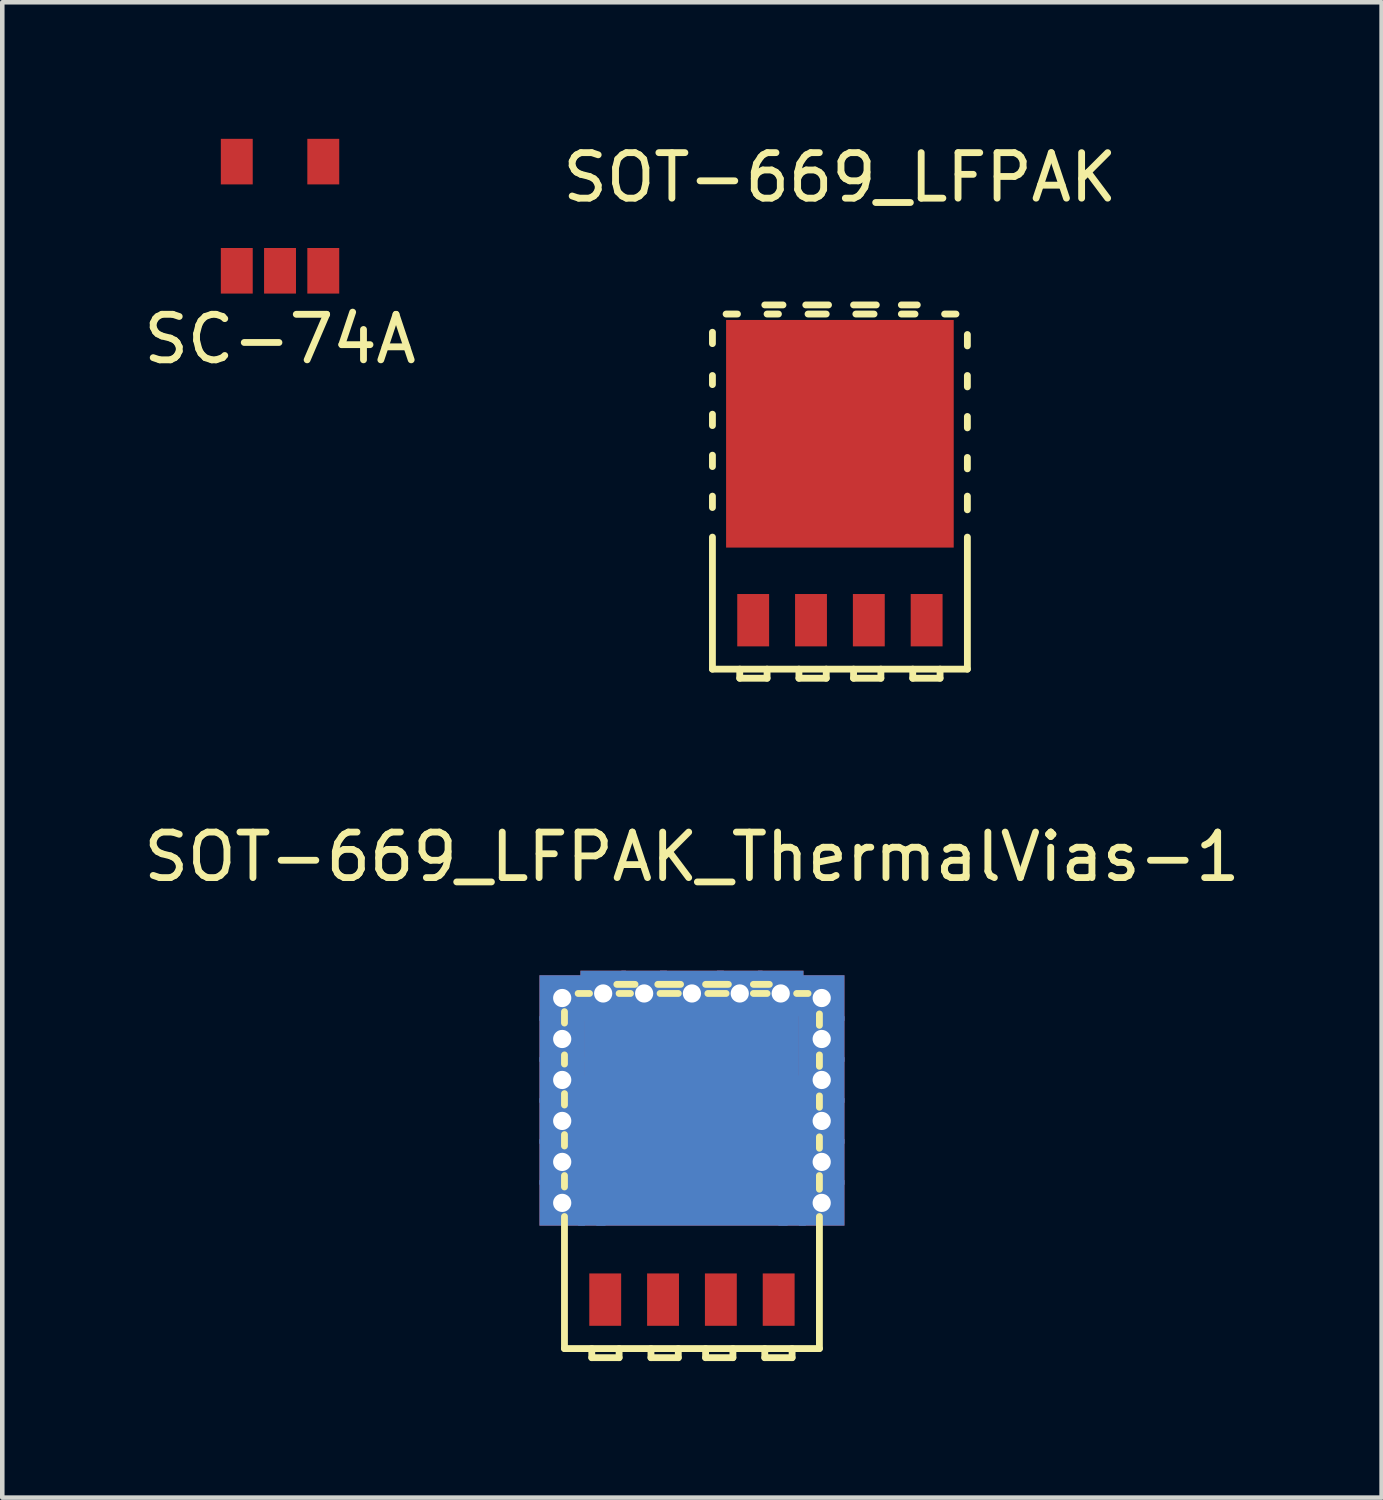
<source format=kicad_pcb>
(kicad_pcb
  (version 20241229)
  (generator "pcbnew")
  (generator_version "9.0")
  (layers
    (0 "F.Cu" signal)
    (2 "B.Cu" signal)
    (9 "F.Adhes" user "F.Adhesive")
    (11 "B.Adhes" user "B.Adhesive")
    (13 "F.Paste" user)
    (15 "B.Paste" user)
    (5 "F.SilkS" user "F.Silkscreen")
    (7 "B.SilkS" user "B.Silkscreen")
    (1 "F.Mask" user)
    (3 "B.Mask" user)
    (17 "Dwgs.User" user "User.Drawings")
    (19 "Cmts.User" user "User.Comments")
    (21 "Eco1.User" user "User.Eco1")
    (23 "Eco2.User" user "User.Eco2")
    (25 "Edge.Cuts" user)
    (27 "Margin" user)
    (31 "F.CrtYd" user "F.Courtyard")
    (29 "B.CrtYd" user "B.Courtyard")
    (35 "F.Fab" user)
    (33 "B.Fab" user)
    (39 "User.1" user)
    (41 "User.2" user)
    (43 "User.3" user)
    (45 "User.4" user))
  (footprint "SOT-669_LFPAK"
    (layer "F.Cu")
    (at 15.399 7.748)
    (property "Reference" "SOT-669_LFPAK" (at 0 -6.9 0) (layer "F.SilkS") (effects (font (size 1 1) (thickness 0.15))))
    (attr smd)
    (fp_line (start -2.8 -3.5) (end -2.8 -3.25) (stroke (width 0.15) (type solid)) (layer "F.SilkS"))
    (fp_line (start -2.8 -2.55) (end -2.8 -2.35) (stroke (width 0.15) (type solid)) (layer "F.SilkS"))
    (fp_line (start -2.8 -1.7) (end -2.8 -1.45) (stroke (width 0.15) (type solid)) (layer "F.SilkS"))
    (fp_line (start -2.8 -0.8) (end -2.8 -0.55) (stroke (width 0.15) (type solid)) (layer "F.SilkS"))
    (fp_line (start -2.8 0.1) (end -2.8 0.35) (stroke (width 0.15) (type solid)) (layer "F.SilkS"))
    (fp_line (start -2.8 1) (end -2.8 3.9) (stroke (width 0.15) (type solid)) (layer "F.SilkS"))
    (fp_line (start -2.25 -3.9) (end -2.5 -3.9) (stroke (width 0.15) (type solid)) (layer "F.SilkS"))
    (fp_line (start -2.2 3.9) (end -2.2 4.1) (stroke (width 0.15) (type solid)) (layer "F.SilkS"))
    (fp_line (start -2.2 4.1) (end -1.6 4.1) (stroke (width 0.15) (type solid)) (layer "F.SilkS"))
    (fp_line (start -1.6 4.1) (end -1.6 3.9) (stroke (width 0.15) (type solid)) (layer "F.SilkS"))
    (fp_line (start -1.35 -3.9) (end -1.6 -3.9) (stroke (width 0.15) (type solid)) (layer "F.SilkS"))
    (fp_line (start -1.25 -4.1) (end -1.65 -4.1) (stroke (width 0.15) (type solid)) (layer "F.SilkS"))
    (fp_line (start -0.9 3.9) (end -0.9 4.1) (stroke (width 0.15) (type solid)) (layer "F.SilkS"))
    (fp_line (start -0.9 4.1) (end -0.3 4.1) (stroke (width 0.15) (type solid)) (layer "F.SilkS"))
    (fp_line (start -0.3 -3.9) (end -0.7 -3.9) (stroke (width 0.15) (type solid)) (layer "F.SilkS"))
    (fp_line (start -0.3 4.1) (end -0.3 3.9) (stroke (width 0.15) (type solid)) (layer "F.SilkS"))
    (fp_line (start -0.25 -4.1) (end -0.75 -4.1) (stroke (width 0.15) (type solid)) (layer "F.SilkS"))
    (fp_line (start 0.3 3.9) (end 0.3 4.1) (stroke (width 0.15) (type solid)) (layer "F.SilkS"))
    (fp_line (start 0.3 4.1) (end 0.9 4.1) (stroke (width 0.15) (type solid)) (layer "F.SilkS"))
    (fp_line (start 0.75 -3.9) (end 0.35 -3.9) (stroke (width 0.15) (type solid)) (layer "F.SilkS"))
    (fp_line (start 0.8 -4.1) (end 0.3 -4.1) (stroke (width 0.15) (type solid)) (layer "F.SilkS"))
    (fp_line (start 0.9 4.1) (end 0.9 3.9) (stroke (width 0.15) (type solid)) (layer "F.SilkS"))
    (fp_line (start 1.6 3.9) (end 1.6 4.1) (stroke (width 0.15) (type solid)) (layer "F.SilkS"))
    (fp_line (start 1.6 4.1) (end 2.2 4.1) (stroke (width 0.15) (type solid)) (layer "F.SilkS"))
    (fp_line (start 1.65 -3.9) (end 1.35 -3.9) (stroke (width 0.15) (type solid)) (layer "F.SilkS"))
    (fp_line (start 1.7 -4.1) (end 1.35 -4.1) (stroke (width 0.15) (type solid)) (layer "F.SilkS"))
    (fp_line (start 2.2 4.1) (end 2.2 3.9) (stroke (width 0.15) (type solid)) (layer "F.SilkS"))
    (fp_line (start 2.55 -3.9) (end 2.3 -3.9) (stroke (width 0.15) (type solid)) (layer "F.SilkS"))
    (fp_line (start 2.8 -3.2) (end 2.8 -3.45) (stroke (width 0.15) (type solid)) (layer "F.SilkS"))
    (fp_line (start 2.8 -2.3) (end 2.8 -2.55) (stroke (width 0.15) (type solid)) (layer "F.SilkS"))
    (fp_line (start 2.8 -1.4) (end 2.8 -1.65) (stroke (width 0.15) (type solid)) (layer "F.SilkS"))
    (fp_line (start 2.8 -0.5) (end 2.8 -0.75) (stroke (width 0.15) (type solid)) (layer "F.SilkS"))
    (fp_line (start 2.8 0.4) (end 2.8 0.1) (stroke (width 0.15) (type solid)) (layer "F.SilkS"))
    (fp_line (start 2.8 3.9) (end -2.8 3.9) (stroke (width 0.15) (type solid)) (layer "F.SilkS"))
    (fp_line (start 2.8 3.9) (end 2.8 1) (stroke (width 0.15) (type solid)) (layer "F.SilkS"))
    (pad "1" smd rect (at 1.905 2.825) (size 0.7 1.15) (layers "F.Cu" "F.Mask" "F.Paste"))
    (pad "2" smd rect (at 0 -1.27) (size 5 5) (layers "F.Cu" "F.Mask" "F.Paste"))
    (pad "3" smd rect (at -1.905 2.825) (size 0.7 1.15) (layers "F.Cu" "F.Mask" "F.Paste"))
    (pad "3" smd rect (at -0.635 2.825) (size 0.7 1.15) (layers "F.Cu" "F.Mask" "F.Paste"))
    (pad "3" smd rect (at 0.635 2.825) (size 0.7 1.15) (layers "F.Cu" "F.Mask" "F.Paste")))
  (footprint "SOT-669_LFPAK_ThermalVias-1"
    (layer "F.Cu")
    (at 12.149 22.672)
    (property "Reference" "SOT-669_LFPAK_ThermalVias-1" (at 0 -6.9 0) (layer "F.SilkS") (effects (font (size 1 1) (thickness 0.15))))
    (attr smd)
    (fp_line (start -2.8 -3.5) (end -2.8 -3.25) (stroke (width 0.15) (type solid)) (layer "F.SilkS"))
    (fp_line (start -2.8 -2.55) (end -2.8 -2.35) (stroke (width 0.15) (type solid)) (layer "F.SilkS"))
    (fp_line (start -2.8 -1.7) (end -2.8 -1.45) (stroke (width 0.15) (type solid)) (layer "F.SilkS"))
    (fp_line (start -2.8 -0.8) (end -2.8 -0.55) (stroke (width 0.15) (type solid)) (layer "F.SilkS"))
    (fp_line (start -2.8 0.1) (end -2.8 0.35) (stroke (width 0.15) (type solid)) (layer "F.SilkS"))
    (fp_line (start -2.8 1) (end -2.8 3.9) (stroke (width 0.15) (type solid)) (layer "F.SilkS"))
    (fp_line (start -2.25 -3.9) (end -2.5 -3.9) (stroke (width 0.15) (type solid)) (layer "F.SilkS"))
    (fp_line (start -2.2 3.9) (end -2.2 4.1) (stroke (width 0.15) (type solid)) (layer "F.SilkS"))
    (fp_line (start -2.2 4.1) (end -1.6 4.1) (stroke (width 0.15) (type solid)) (layer "F.SilkS"))
    (fp_line (start -1.6 4.1) (end -1.6 3.9) (stroke (width 0.15) (type solid)) (layer "F.SilkS"))
    (fp_line (start -1.35 -3.9) (end -1.6 -3.9) (stroke (width 0.15) (type solid)) (layer "F.SilkS"))
    (fp_line (start -1.25 -4.1) (end -1.65 -4.1) (stroke (width 0.15) (type solid)) (layer "F.SilkS"))
    (fp_line (start -0.9 3.9) (end -0.9 4.1) (stroke (width 0.15) (type solid)) (layer "F.SilkS"))
    (fp_line (start -0.9 4.1) (end -0.3 4.1) (stroke (width 0.15) (type solid)) (layer "F.SilkS"))
    (fp_line (start -0.3 -3.9) (end -0.7 -3.9) (stroke (width 0.15) (type solid)) (layer "F.SilkS"))
    (fp_line (start -0.3 4.1) (end -0.3 3.9) (stroke (width 0.15) (type solid)) (layer "F.SilkS"))
    (fp_line (start -0.25 -4.1) (end -0.75 -4.1) (stroke (width 0.15) (type solid)) (layer "F.SilkS"))
    (fp_line (start 0.3 3.9) (end 0.3 4.1) (stroke (width 0.15) (type solid)) (layer "F.SilkS"))
    (fp_line (start 0.3 4.1) (end 0.9 4.1) (stroke (width 0.15) (type solid)) (layer "F.SilkS"))
    (fp_line (start 0.75 -3.9) (end 0.35 -3.9) (stroke (width 0.15) (type solid)) (layer "F.SilkS"))
    (fp_line (start 0.8 -4.1) (end 0.3 -4.1) (stroke (width 0.15) (type solid)) (layer "F.SilkS"))
    (fp_line (start 0.9 4.1) (end 0.9 3.9) (stroke (width 0.15) (type solid)) (layer "F.SilkS"))
    (fp_line (start 1.6 3.9) (end 1.6 4.1) (stroke (width 0.15) (type solid)) (layer "F.SilkS"))
    (fp_line (start 1.6 4.1) (end 2.2 4.1) (stroke (width 0.15) (type solid)) (layer "F.SilkS"))
    (fp_line (start 1.65 -3.9) (end 1.35 -3.9) (stroke (width 0.15) (type solid)) (layer "F.SilkS"))
    (fp_line (start 1.7 -4.1) (end 1.35 -4.1) (stroke (width 0.15) (type solid)) (layer "F.SilkS"))
    (fp_line (start 2.2 4.1) (end 2.2 3.9) (stroke (width 0.15) (type solid)) (layer "F.SilkS"))
    (fp_line (start 2.55 -3.9) (end 2.3 -3.9) (stroke (width 0.15) (type solid)) (layer "F.SilkS"))
    (fp_line (start 2.8 -3.2) (end 2.8 -3.45) (stroke (width 0.15) (type solid)) (layer "F.SilkS"))
    (fp_line (start 2.8 -2.3) (end 2.8 -2.55) (stroke (width 0.15) (type solid)) (layer "F.SilkS"))
    (fp_line (start 2.8 -1.4) (end 2.8 -1.65) (stroke (width 0.15) (type solid)) (layer "F.SilkS"))
    (fp_line (start 2.8 -0.5) (end 2.8 -0.75) (stroke (width 0.15) (type solid)) (layer "F.SilkS"))
    (fp_line (start 2.8 0.4) (end 2.8 0.1) (stroke (width 0.15) (type solid)) (layer "F.SilkS"))
    (fp_line (start 2.8 3.9) (end -2.8 3.9) (stroke (width 0.15) (type solid)) (layer "F.SilkS"))
    (fp_line (start 2.8 3.9) (end 2.8 1) (stroke (width 0.15) (type solid)) (layer "F.SilkS"))
    (pad "" smd rect (at -1.875 -2.9) (size 0.6 0.9) (layers "F.Paste"))
    (pad "" smd rect (at -1.15 -1.05 90) (size 0.6 0.9) (layers "F.Paste"))
    (pad "" smd rect (at -1.15 -0.2 90) (size 0.6 0.9) (layers "F.Paste"))
    (pad "" smd rect (at -1.15 0.65 90) (size 0.6 0.9) (layers "F.Paste"))
    (pad "" smd rect (at -0.6 -2.9) (size 0.6 0.9) (layers "F.Paste"))
    (pad "" smd rect (at 0 -1.05 90) (size 0.6 0.9) (layers "F.Paste"))
    (pad "" smd rect (at 0 -0.2 90) (size 0.6 0.9) (layers "F.Paste"))
    (pad "" smd rect (at 0 0.65 90) (size 0.6 0.9) (layers "F.Paste"))
    (pad "" smd rect (at 0.6 -2.9) (size 0.6 0.9) (layers "F.Paste"))
    (pad "" smd rect (at 1.15 -1.05 90) (size 0.6 0.9) (layers "F.Paste"))
    (pad "" smd rect (at 1.15 -0.2 90) (size 0.6 0.9) (layers "F.Paste"))
    (pad "" smd rect (at 1.15 0.65 90) (size 0.6 0.9) (layers "F.Paste"))
    (pad "" smd rect (at 1.875 -2.9) (size 0.6 0.9) (layers "F.Paste"))
    (pad "1" smd rect (at 1.905 2.825) (size 0.7 1.15) (layers "F.Cu" "F.Mask" "F.Paste"))
    (pad "2" thru_hole rect (at -2.85 -3.8) (size 1 1) (drill 0.4) (layers "*.Cu"))
    (pad "2" thru_hole rect (at -2.85 -2.9) (size 1 1) (drill 0.4) (layers "*.Cu"))
    (pad "2" thru_hole rect (at -2.85 -2) (size 1 1) (drill 0.4) (layers "*.Cu"))
    (pad "2" thru_hole rect (at -2.85 -1.1) (size 1 1) (drill 0.4) (layers "*.Cu"))
    (pad "2" thru_hole rect (at -2.85 -0.2) (size 1 1) (drill 0.4) (layers "*.Cu"))
    (pad "2" thru_hole rect (at -2.85 0.7) (size 1 1) (drill 0.4) (layers "*.Cu"))
    (pad "2" smd rect (at -2.2 -0.45) (size 0.6 3.3) (layers "F.Cu"))
    (pad "2" smd rect (at -2.2 -0.45) (size 0.6 3.3) (layers "B.Cu"))
    (pad "2" thru_hole rect (at -1.95 -3.9) (size 1 1) (drill 0.4) (layers "*.Cu"))
    (pad "2" thru_hole rect (at -1.05 -3.9) (size 1 1) (drill 0.4) (layers "*.Cu"))
    (pad "2" thru_hole rect (at 0 -3.9) (size 1.4 1) (drill 0.4) (layers "*.Cu"))
    (pad "2" smd rect (at 0 -2.65) (size 4.7 1.55) (layers "F.Cu" "F.Mask"))
    (pad "2" smd rect (at 0 -2.65) (size 4.7 1.55) (layers "F.Mask" "B.Cu"))
    (pad "2" smd rect (at 0 -0.45) (size 4.2 3.3) (layers "F.Cu" "F.Mask"))
    (pad "2" smd rect (at 0 -0.45) (size 4.2 3.3) (layers "F.Mask" "B.Cu"))
    (pad "2" thru_hole rect (at 1.05 -3.9) (size 1 1) (drill 0.4) (layers "*.Cu"))
    (pad "2" thru_hole rect (at 1.95 -3.9) (size 1 1) (drill 0.4) (layers "*.Cu"))
    (pad "2" smd rect (at 2.2 -0.45) (size 0.6 3.3) (layers "F.Cu"))
    (pad "2" smd rect (at 2.2 -0.45) (size 0.6 3.3) (layers "B.Cu"))
    (pad "2" thru_hole rect (at 2.85 -3.8) (size 1 1) (drill 0.4) (layers "*.Cu"))
    (pad "2" thru_hole rect (at 2.85 -2.9) (size 1 1) (drill 0.4) (layers "*.Cu"))
    (pad "2" thru_hole rect (at 2.85 -2) (size 1 1) (drill 0.4) (layers "*.Cu"))
    (pad "2" thru_hole rect (at 2.85 -1.1) (size 1 1) (drill 0.4) (layers "*.Cu"))
    (pad "2" thru_hole rect (at 2.85 -0.2) (size 1 1) (drill 0.4) (layers "*.Cu"))
    (pad "2" thru_hole rect (at 2.85 0.7) (size 1 1) (drill 0.4) (layers "*.Cu"))
    (pad "3" smd rect (at -1.905 2.825) (size 0.7 1.15) (layers "F.Cu" "F.Mask" "F.Paste"))
    (pad "3" smd rect (at -0.635 2.825) (size 0.7 1.15) (layers "F.Cu" "F.Mask" "F.Paste"))
    (pad "3" smd rect (at 0.635 2.825) (size 0.7 1.15) (layers "F.Cu" "F.Mask" "F.Paste"))
    (pad "5" smd rect (at -2.25 -1.75) (size 0.5 0.5) (layers "F.Cu"))
    (pad "5" smd rect (at 2.25 -1.75) (size 0.5 0.5) (layers "F.Cu")))
  (footprint "SC-74A"
    (layer "F.Cu")
    (at 3.101 1.699)
    (property "Reference" "SC-74A" (at 0 2.7 0) (layer "F.SilkS") (effects (font (size 1 1) (thickness 0.15))))
    (attr through_hole)
    (fp_line (start -1.549 -0.851) (end 1.549 -0.851) (stroke (width 0.001) (type solid)) (layer "F.Fab"))
    (fp_line (start -1.549 0.201) (end -0.526 0.201) (stroke (width 0.001) (type solid)) (layer "F.Fab"))
    (fp_line (start -1.549 0.851) (end -1.549 -0.851) (stroke (width 0.001) (type solid)) (layer "F.Fab"))
    (fp_line (start -0.526 0.201) (end -0.526 0.851) (stroke (width 0.001) (type solid)) (layer "F.Fab"))
    (fp_line (start 1.549 -0.851) (end 1.549 0.851) (stroke (width 0.001) (type solid)) (layer "F.Fab"))
    (fp_line (start 1.549 0.851) (end -1.549 0.851) (stroke (width 0.001) (type solid)) (layer "F.Fab"))
    (pad "1" smd rect (at -0.95 1.199) (size 0.701 1.001) (layers "F.Cu" "F.Mask" "F.Paste"))
    (pad "2" smd rect (at 0 1.199) (size 0.701 1.001) (layers "F.Cu" "F.Mask" "F.Paste"))
    (pad "3" smd rect (at 0.95 1.199) (size 0.701 1.001) (layers "F.Cu" "F.Mask" "F.Paste"))
    (pad "4" smd rect (at 0.95 -1.199) (size 0.701 1.001) (layers "F.Cu" "F.Mask" "F.Paste"))
    (pad "5" smd rect (at -0.95 -1.199) (size 0.701 1.001) (layers "F.Cu" "F.Mask" "F.Paste")))
  (gr_rect
    (start -3 -3)
    (end 27.298 29.846)
    (stroke (width 0.1) (type default))
    (fill no)
    (layer "Edge.Cuts")))
</source>
